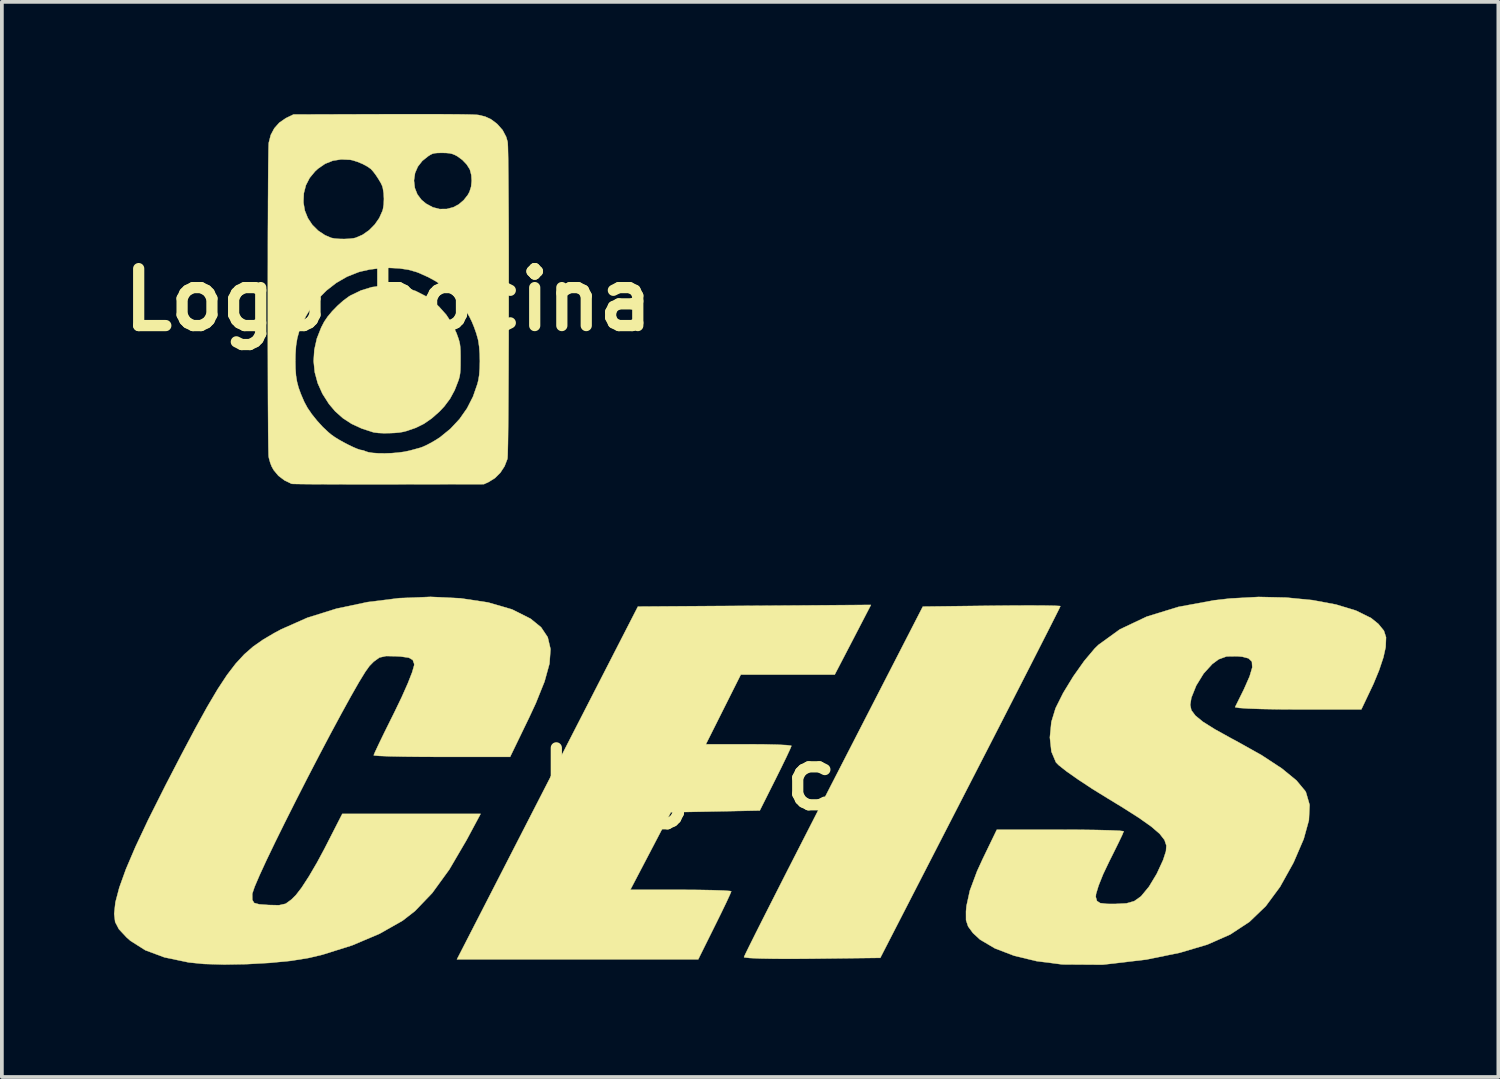
<source format=kicad_pcb>
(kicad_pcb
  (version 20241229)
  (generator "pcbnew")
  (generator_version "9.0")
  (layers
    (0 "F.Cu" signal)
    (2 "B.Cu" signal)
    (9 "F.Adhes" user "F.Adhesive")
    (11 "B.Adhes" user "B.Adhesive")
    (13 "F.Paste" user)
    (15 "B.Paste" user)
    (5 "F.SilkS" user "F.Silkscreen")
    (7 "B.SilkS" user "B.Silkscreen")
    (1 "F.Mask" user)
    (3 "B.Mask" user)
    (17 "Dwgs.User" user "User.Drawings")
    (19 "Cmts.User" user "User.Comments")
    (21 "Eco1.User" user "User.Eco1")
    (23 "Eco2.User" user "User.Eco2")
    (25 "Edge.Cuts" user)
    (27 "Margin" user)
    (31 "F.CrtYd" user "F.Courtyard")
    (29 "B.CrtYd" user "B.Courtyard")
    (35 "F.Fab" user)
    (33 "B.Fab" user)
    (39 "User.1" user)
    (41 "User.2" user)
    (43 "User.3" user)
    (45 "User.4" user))
  (footprint "Logo ceis"
    (layer "F.Cu")
    (at 17.023 17.793)
    (property "Reference" "Logo ceis" (at 0 0 0) (layer "F.SilkS") (effects (font (size 1.524 1.524) (thickness 0.3))))
    (attr through_hole)
    (fp_poly (pts (xy 2.745 -3.726) (xy 2.26 -2.794) (xy -0.253 -2.794) (xy -0.72 -1.863) (xy -1.187 -0.931) (xy -0.043 -0.931) (xy 0.375 -0.928) (xy 0.724 -0.92) (xy 0.975 -0.907) (xy 1.095 -0.892) (xy 1.101 -0.887) (xy 1.065 -0.799) (xy 0.968 -0.591) (xy 0.825 -0.297) (xy 0.678 -0.001) (xy 0.255 0.842) (xy -2.124 0.889) (xy -2.666 1.926) (xy -3.209 2.963) (xy -1.858 2.963) (xy -1.402 2.966) (xy -1.011 2.973) (xy -0.715 2.983) (xy -0.541 2.996) (xy -0.508 3.005) (xy -0.544 3.092) (xy -0.64 3.3) (xy -0.783 3.596) (xy -0.951 3.936) (xy -1.393 4.826) (xy -7.849 4.826) (xy -5.427 0.106) (xy -3.006 -4.614) (xy 3.229 -4.659) (xy 2.745 -3.726)) (stroke (width 0.01) (type solid)) (fill yes) (layer "F.SilkS"))
    (fp_poly (pts (xy 7.86 -4.642) (xy 8.139 -4.637) (xy 8.283 -4.629) (xy 8.297 -4.625) (xy 8.26 -4.546) (xy 8.151 -4.329) (xy 7.978 -3.987) (xy 7.747 -3.533) (xy 7.466 -2.981) (xy 7.139 -2.342) (xy 6.775 -1.63) (xy 6.379 -0.858) (xy 5.958 -0.039) (xy 5.888 0.097) (xy 3.479 4.784) (xy 1.655 4.806) (xy 1.12 4.81) (xy 0.647 4.808) (xy 0.26 4.801) (xy -0.015 4.788) (xy -0.155 4.772) (xy -0.168 4.764) (xy -0.13 4.679) (xy -0.021 4.457) (xy 0.152 4.11) (xy 0.383 3.652) (xy 0.665 3.096) (xy 0.991 2.454) (xy 1.356 1.74) (xy 1.751 0.967) (xy 2.171 0.147) (xy 2.225 0.042) (xy 4.617 -4.614) (xy 6.457 -4.637) (xy 6.995 -4.642) (xy 7.471 -4.644) (xy 7.86 -4.642)) (stroke (width 0.01) (type solid)) (fill yes) (layer "F.SilkS"))
    (fp_poly (pts (xy -7.751 -4.836) (xy -7.015 -4.725) (xy -6.374 -4.539) (xy -5.878 -4.29) (xy -5.597 -4.061) (xy -5.419 -3.795) (xy -5.344 -3.477) (xy -5.372 -3.087) (xy -5.504 -2.609) (xy -5.739 -2.025) (xy -5.916 -1.645) (xy -6.425 -0.593) (xy -8.25 -0.593) (xy -8.786 -0.595) (xy -9.259 -0.6) (xy -9.646 -0.608) (xy -9.922 -0.619) (xy -10.062 -0.631) (xy -10.075 -0.636) (xy -10.039 -0.723) (xy -9.94 -0.934) (xy -9.792 -1.24) (xy -9.607 -1.613) (xy -9.52 -1.788) (xy -9.324 -2.195) (xy -9.162 -2.56) (xy -9.047 -2.853) (xy -8.993 -3.04) (xy -8.991 -3.078) (xy -9.03 -3.186) (xy -9.136 -3.247) (xy -9.352 -3.278) (xy -9.468 -3.285) (xy -9.743 -3.291) (xy -9.922 -3.251) (xy -10.075 -3.14) (xy -10.188 -3.025) (xy -10.297 -2.873) (xy -10.467 -2.596) (xy -10.686 -2.212) (xy -10.944 -1.743) (xy -11.231 -1.21) (xy -11.535 -0.633) (xy -11.846 -0.034) (xy -12.153 0.568) (xy -12.446 1.151) (xy -12.714 1.694) (xy -12.946 2.177) (xy -13.131 2.579) (xy -13.26 2.88) (xy -13.32 3.057) (xy -13.324 3.08) (xy -13.322 3.233) (xy -13.273 3.315) (xy -13.136 3.352) (xy -12.884 3.37) (xy -12.609 3.376) (xy -12.43 3.336) (xy -12.274 3.222) (xy -12.152 3.099) (xy -12.002 2.904) (xy -11.805 2.6) (xy -11.588 2.229) (xy -11.393 1.866) (xy -10.915 0.931) (xy -7.214 0.931) (xy -7.589 1.63) (xy -8.051 2.419) (xy -8.509 3.05) (xy -8.972 3.533) (xy -9.303 3.79) (xy -9.921 4.14) (xy -10.653 4.45) (xy -11.442 4.698) (xy -11.811 4.786) (xy -12.281 4.862) (xy -12.85 4.918) (xy -13.465 4.952) (xy -14.072 4.963) (xy -14.617 4.947) (xy -15.025 4.906) (xy -15.674 4.77) (xy -16.185 4.58) (xy -16.583 4.328) (xy -16.685 4.238) (xy -16.892 4.016) (xy -16.992 3.825) (xy -17.018 3.605) (xy -16.985 3.297) (xy -16.881 2.903) (xy -16.704 2.411) (xy -16.448 1.811) (xy -16.109 1.092) (xy -15.683 0.243) (xy -15.646 0.169) (xy -15.215 -0.662) (xy -14.846 -1.358) (xy -14.529 -1.932) (xy -14.251 -2.402) (xy -14.001 -2.782) (xy -13.766 -3.089) (xy -13.536 -3.338) (xy -13.299 -3.545) (xy -13.042 -3.725) (xy -12.755 -3.895) (xy -12.555 -4.003) (xy -11.851 -4.315) (xy -11.07 -4.559) (xy -10.241 -4.734) (xy -9.392 -4.84) (xy -8.553 -4.874) (xy -7.751 -4.836)) (stroke (width 0.01) (type solid)) (fill yes) (layer "F.SilkS"))
    (fp_poly (pts (xy 14.345 -4.855) (xy 15.044 -4.786) (xy 15.672 -4.669) (xy 16.203 -4.508) (xy 16.611 -4.307) (xy 16.804 -4.151) (xy 16.953 -3.969) (xy 17.01 -3.792) (xy 17 -3.538) (xy 16.998 -3.521) (xy 16.94 -3.258) (xy 16.825 -2.913) (xy 16.677 -2.554) (xy 16.652 -2.5) (xy 16.349 -1.863) (xy 14.644 -1.863) (xy 14.131 -1.866) (xy 13.682 -1.874) (xy 13.323 -1.887) (xy 13.079 -1.903) (xy 12.974 -1.922) (xy 12.972 -1.926) (xy 13.207 -2.4) (xy 13.36 -2.747) (xy 13.431 -2.987) (xy 13.421 -3.141) (xy 13.331 -3.229) (xy 13.162 -3.273) (xy 13.028 -3.285) (xy 12.745 -3.281) (xy 12.533 -3.204) (xy 12.361 -3.077) (xy 12.129 -2.822) (xy 11.931 -2.5) (xy 11.801 -2.175) (xy 11.771 -1.983) (xy 11.801 -1.842) (xy 11.909 -1.697) (xy 12.112 -1.531) (xy 12.429 -1.332) (xy 12.879 -1.083) (xy 12.996 -1.021) (xy 13.681 -0.638) (xy 14.222 -0.283) (xy 14.613 0.037) (xy 14.848 0.32) (xy 14.868 0.356) (xy 14.965 0.69) (xy 14.946 1.101) (xy 14.808 1.602) (xy 14.549 2.204) (xy 14.525 2.254) (xy 14.175 2.883) (xy 13.793 3.4) (xy 13.356 3.82) (xy 12.842 4.158) (xy 12.228 4.429) (xy 11.492 4.647) (xy 10.61 4.827) (xy 10.596 4.83) (xy 9.428 4.967) (xy 8.349 4.96) (xy 7.662 4.872) (xy 7.06 4.727) (xy 6.545 4.53) (xy 6.147 4.295) (xy 5.957 4.119) (xy 5.829 3.944) (xy 5.773 3.775) (xy 5.772 3.542) (xy 5.785 3.396) (xy 5.875 2.985) (xy 6.067 2.468) (xy 6.215 2.145) (xy 6.597 1.355) (xy 8.294 1.355) (xy 8.809 1.357) (xy 9.261 1.363) (xy 9.625 1.372) (xy 9.876 1.383) (xy 9.987 1.396) (xy 9.991 1.399) (xy 9.955 1.489) (xy 9.857 1.695) (xy 9.715 1.982) (xy 9.604 2.204) (xy 9.441 2.546) (xy 9.319 2.851) (xy 9.251 3.075) (xy 9.244 3.154) (xy 9.276 3.262) (xy 9.362 3.319) (xy 9.544 3.34) (xy 9.753 3.342) (xy 10.064 3.326) (xy 10.272 3.267) (xy 10.445 3.145) (xy 10.46 3.131) (xy 10.668 2.879) (xy 10.876 2.534) (xy 11.046 2.166) (xy 11.122 1.931) (xy 11.133 1.78) (xy 11.082 1.629) (xy 10.953 1.464) (xy 10.73 1.272) (xy 10.399 1.038) (xy 9.943 0.748) (xy 9.57 0.521) (xy 9.149 0.261) (xy 8.77 0.011) (xy 8.46 -0.207) (xy 8.249 -0.374) (xy 8.178 -0.447) (xy 8.057 -0.734) (xy 8.016 -1.113) (xy 8.056 -1.527) (xy 8.168 -1.895) (xy 8.373 -2.305) (xy 8.641 -2.744) (xy 8.933 -3.157) (xy 9.213 -3.49) (xy 9.314 -3.589) (xy 9.889 -4.005) (xy 10.607 -4.345) (xy 11.455 -4.606) (xy 12.422 -4.784) (xy 12.84 -4.831) (xy 13.602 -4.872) (xy 14.345 -4.855)) (stroke (width 0.01) (type solid)) (fill yes) (layer "F.SilkS")))
  (footprint "Logo bocina"
    (layer "F.Cu")
    (at 7.337 4.971)
    (property "Reference" "Logo bocina" (at 0 0 0) (layer "F.SilkS") (effects (font (size 1.524 1.524) (thickness 0.3))))
    (attr through_hole)
    (fp_poly (pts (xy 0.155 -0.379) (xy 0.447 -0.33) (xy 0.729 -0.237) (xy 0.997 -0.101) (xy 1.246 0.08) (xy 1.358 0.183) (xy 1.551 0.399) (xy 1.705 0.633) (xy 1.828 0.896) (xy 1.878 1.036) (xy 1.901 1.112) (xy 1.917 1.185) (xy 1.927 1.266) (xy 1.933 1.368) (xy 1.935 1.501) (xy 1.935 1.598) (xy 1.934 1.756) (xy 1.931 1.875) (xy 1.923 1.967) (xy 1.911 2.044) (xy 1.892 2.116) (xy 1.88 2.154) (xy 1.778 2.417) (xy 1.654 2.646) (xy 1.5 2.852) (xy 1.37 2.99) (xy 1.164 3.172) (xy 0.958 3.315) (xy 0.739 3.424) (xy 0.493 3.509) (xy 0.404 3.532) (xy 0.301 3.55) (xy 0.169 3.562) (xy 0.021 3.568) (xy -0.128 3.569) (xy -0.263 3.563) (xy -0.369 3.55) (xy -0.4 3.544) (xy -0.708 3.444) (xy -0.978 3.32) (xy -1.212 3.168) (xy -1.419 2.984) (xy -1.586 2.787) (xy -1.76 2.514) (xy -1.887 2.23) (xy -1.966 1.937) (xy -1.996 1.639) (xy -1.977 1.339) (xy -1.91 1.038) (xy -1.793 0.741) (xy -1.713 0.587) (xy -1.621 0.451) (xy -1.498 0.304) (xy -1.355 0.158) (xy -1.206 0.025) (xy -1.062 -0.082) (xy -1.011 -0.114) (xy -0.729 -0.25) (xy -0.438 -0.339) (xy -0.141 -0.382) (xy 0.155 -0.379)) (stroke (width 0.01) (type solid)) (fill yes) (layer "F.SilkS"))
    (fp_poly (pts (xy 1.117 -4.966) (xy 1.442 -4.965) (xy 1.72 -4.963) (xy 1.951 -4.961) (xy 2.135 -4.958) (xy 2.274 -4.954) (xy 2.367 -4.949) (xy 2.41 -4.945) (xy 2.59 -4.903) (xy 2.744 -4.833) (xy 2.89 -4.725) (xy 2.922 -4.697) (xy 3.061 -4.539) (xy 3.155 -4.36) (xy 3.194 -4.226) (xy 3.198 -4.181) (xy 3.202 -4.09) (xy 3.205 -3.956) (xy 3.209 -3.781) (xy 3.211 -3.57) (xy 3.214 -3.326) (xy 3.216 -3.05) (xy 3.218 -2.748) (xy 3.22 -2.422) (xy 3.222 -2.076) (xy 3.223 -1.712) (xy 3.224 -1.333) (xy 3.224 -0.944) (xy 3.224 -0.547) (xy 3.224 -0.146) (xy 3.224 0.257) (xy 3.223 0.658) (xy 3.223 1.054) (xy 3.221 1.441) (xy 3.22 1.817) (xy 3.218 2.177) (xy 3.216 2.52) (xy 3.214 2.842) (xy 3.212 3.139) (xy 3.209 3.408) (xy 3.206 3.646) (xy 3.203 3.85) (xy 3.199 4.017) (xy 3.196 4.143) (xy 3.192 4.225) (xy 3.188 4.258) (xy 3.112 4.454) (xy 2.999 4.627) (xy 2.855 4.77) (xy 2.687 4.874) (xy 2.685 4.875) (xy 2.56 4.933) (xy 0.012 4.937) (xy -0.341 4.937) (xy -0.681 4.937) (xy -1.003 4.937) (xy -1.306 4.936) (xy -1.585 4.935) (xy -1.836 4.934) (xy -2.057 4.933) (xy -2.244 4.931) (xy -2.394 4.929) (xy -2.503 4.927) (xy -2.568 4.925) (xy -2.585 4.923) (xy -2.774 4.832) (xy -2.937 4.709) (xy -3.063 4.558) (xy -3.118 4.461) (xy -3.157 4.36) (xy -3.189 4.246) (xy -3.199 4.198) (xy -3.202 4.155) (xy -3.204 4.065) (xy -3.207 3.931) (xy -3.209 3.757) (xy -3.212 3.547) (xy -3.213 3.302) (xy -3.215 3.028) (xy -3.217 2.726) (xy -3.218 2.4) (xy -3.219 2.054) (xy -3.22 1.69) (xy -3.22 1.623) (xy -2.485 1.623) (xy -2.481 1.842) (xy -2.468 2.026) (xy -2.441 2.191) (xy -2.399 2.351) (xy -2.337 2.521) (xy -2.253 2.717) (xy -2.245 2.735) (xy -2.161 2.89) (xy -2.044 3.061) (xy -1.904 3.235) (xy -1.752 3.402) (xy -1.596 3.548) (xy -1.52 3.611) (xy -1.429 3.675) (xy -1.315 3.745) (xy -1.188 3.816) (xy -1.058 3.884) (xy -0.934 3.943) (xy -0.826 3.989) (xy -0.744 4.016) (xy -0.71 4.021) (xy -0.658 4.032) (xy -0.617 4.05) (xy -0.534 4.078) (xy -0.412 4.097) (xy -0.26 4.107) (xy -0.09 4.109) (xy 0.088 4.103) (xy 0.266 4.088) (xy 0.431 4.066) (xy 0.576 4.035) (xy 0.587 4.032) (xy 0.69 4.004) (xy 0.777 3.98) (xy 0.835 3.964) (xy 0.849 3.961) (xy 0.927 3.933) (xy 1.032 3.884) (xy 1.152 3.822) (xy 1.271 3.752) (xy 1.377 3.684) (xy 1.387 3.677) (xy 1.665 3.45) (xy 1.907 3.191) (xy 2.109 2.903) (xy 2.269 2.589) (xy 2.386 2.252) (xy 2.41 2.156) (xy 2.434 2.013) (xy 2.447 1.835) (xy 2.452 1.64) (xy 2.447 1.441) (xy 2.433 1.255) (xy 2.41 1.097) (xy 2.4 1.052) (xy 2.355 0.894) (xy 2.298 0.732) (xy 2.235 0.579) (xy 2.172 0.451) (xy 2.133 0.386) (xy 2.096 0.329) (xy 2.075 0.291) (xy 2.073 0.285) (xy 2.056 0.245) (xy 2.008 0.179) (xy 1.936 0.094) (xy 1.848 -0.004) (xy 1.75 -0.106) (xy 1.649 -0.205) (xy 1.551 -0.295) (xy 1.463 -0.369) (xy 1.436 -0.389) (xy 1.26 -0.504) (xy 1.052 -0.615) (xy 0.833 -0.714) (xy 0.749 -0.746) (xy 0.538 -0.805) (xy 0.296 -0.841) (xy 0.034 -0.854) (xy -0.236 -0.843) (xy -0.501 -0.81) (xy -0.75 -0.754) (xy -0.799 -0.739) (xy -1.104 -0.618) (xy -1.391 -0.452) (xy -1.656 -0.246) (xy -1.894 -0.005) (xy -2.099 0.268) (xy -2.199 0.434) (xy -2.303 0.64) (xy -2.38 0.833) (xy -2.434 1.026) (xy -2.467 1.232) (xy -2.482 1.464) (xy -2.485 1.623) (xy -3.22 1.623) (xy -3.221 1.313) (xy -3.221 0.924) (xy -3.221 0.528) (xy -3.221 0.127) (xy -3.221 -0.274) (xy -3.221 -0.674) (xy -3.22 -1.067) (xy -3.22 -1.453) (xy -3.219 -1.826) (xy -3.217 -2.184) (xy -3.216 -2.523) (xy -3.216 -2.617) (xy -2.269 -2.617) (xy -2.268 -2.599) (xy -2.231 -2.385) (xy -2.15 -2.185) (xy -2.03 -2.004) (xy -1.875 -1.85) (xy -1.691 -1.728) (xy -1.524 -1.657) (xy -1.436 -1.64) (xy -1.316 -1.63) (xy -1.18 -1.627) (xy -1.046 -1.633) (xy -0.931 -1.646) (xy -0.872 -1.659) (xy -0.687 -1.739) (xy -0.513 -1.861) (xy -0.361 -2.014) (xy -0.239 -2.189) (xy -0.155 -2.378) (xy -0.141 -2.426) (xy -0.121 -2.552) (xy -0.115 -2.701) (xy -0.123 -2.853) (xy -0.144 -2.986) (xy -0.16 -3.044) (xy -0.198 -3.125) (xy -0.233 -3.184) (xy 0.689 -3.184) (xy 0.712 -2.991) (xy 0.779 -2.821) (xy 0.89 -2.674) (xy 1.013 -2.572) (xy 1.192 -2.475) (xy 1.375 -2.428) (xy 1.564 -2.43) (xy 1.741 -2.476) (xy 1.885 -2.552) (xy 2.019 -2.666) (xy 2.128 -2.804) (xy 2.174 -2.889) (xy 2.217 -3.024) (xy 2.233 -3.181) (xy 2.223 -3.338) (xy 2.187 -3.477) (xy 2.178 -3.497) (xy 2.098 -3.623) (xy 1.984 -3.742) (xy 1.85 -3.84) (xy 1.786 -3.874) (xy 1.712 -3.904) (xy 1.637 -3.921) (xy 1.544 -3.929) (xy 1.432 -3.931) (xy 1.321 -3.929) (xy 1.244 -3.922) (xy 1.185 -3.908) (xy 1.13 -3.881) (xy 1.075 -3.847) (xy 0.912 -3.717) (xy 0.793 -3.565) (xy 0.718 -3.393) (xy 0.69 -3.204) (xy 0.689 -3.184) (xy -0.233 -3.184) (xy -0.258 -3.226) (xy -0.328 -3.333) (xy -0.399 -3.428) (xy -0.46 -3.496) (xy -0.465 -3.501) (xy -0.559 -3.567) (xy -0.683 -3.634) (xy -0.821 -3.691) (xy -0.953 -3.733) (xy -1.018 -3.746) (xy -1.258 -3.757) (xy -1.481 -3.722) (xy -1.688 -3.64) (xy -1.877 -3.51) (xy -1.956 -3.438) (xy -2.103 -3.26) (xy -2.203 -3.065) (xy -2.258 -2.852) (xy -2.269 -2.617) (xy -3.216 -2.617) (xy -3.214 -2.841) (xy -3.213 -3.134) (xy -3.211 -3.398) (xy -3.209 -3.631) (xy -3.206 -3.829) (xy -3.204 -3.989) (xy -3.201 -4.107) (xy -3.198 -4.182) (xy -3.196 -4.203) (xy -3.143 -4.41) (xy -3.048 -4.589) (xy -2.913 -4.74) (xy -2.74 -4.859) (xy -2.697 -4.88) (xy -2.535 -4.958) (xy -0.15 -4.965) (xy 0.322 -4.966) (xy 0.744 -4.966) (xy 1.117 -4.966)) (stroke (width 0.01) (type solid)) (fill yes) (layer "F.SilkS")))
  (gr_rect
    (start -3 -3)
    (end 37.038 25.764)
    (stroke (width 0.1) (type default))
    (fill no)
    (layer "Edge.Cuts")))
</source>
